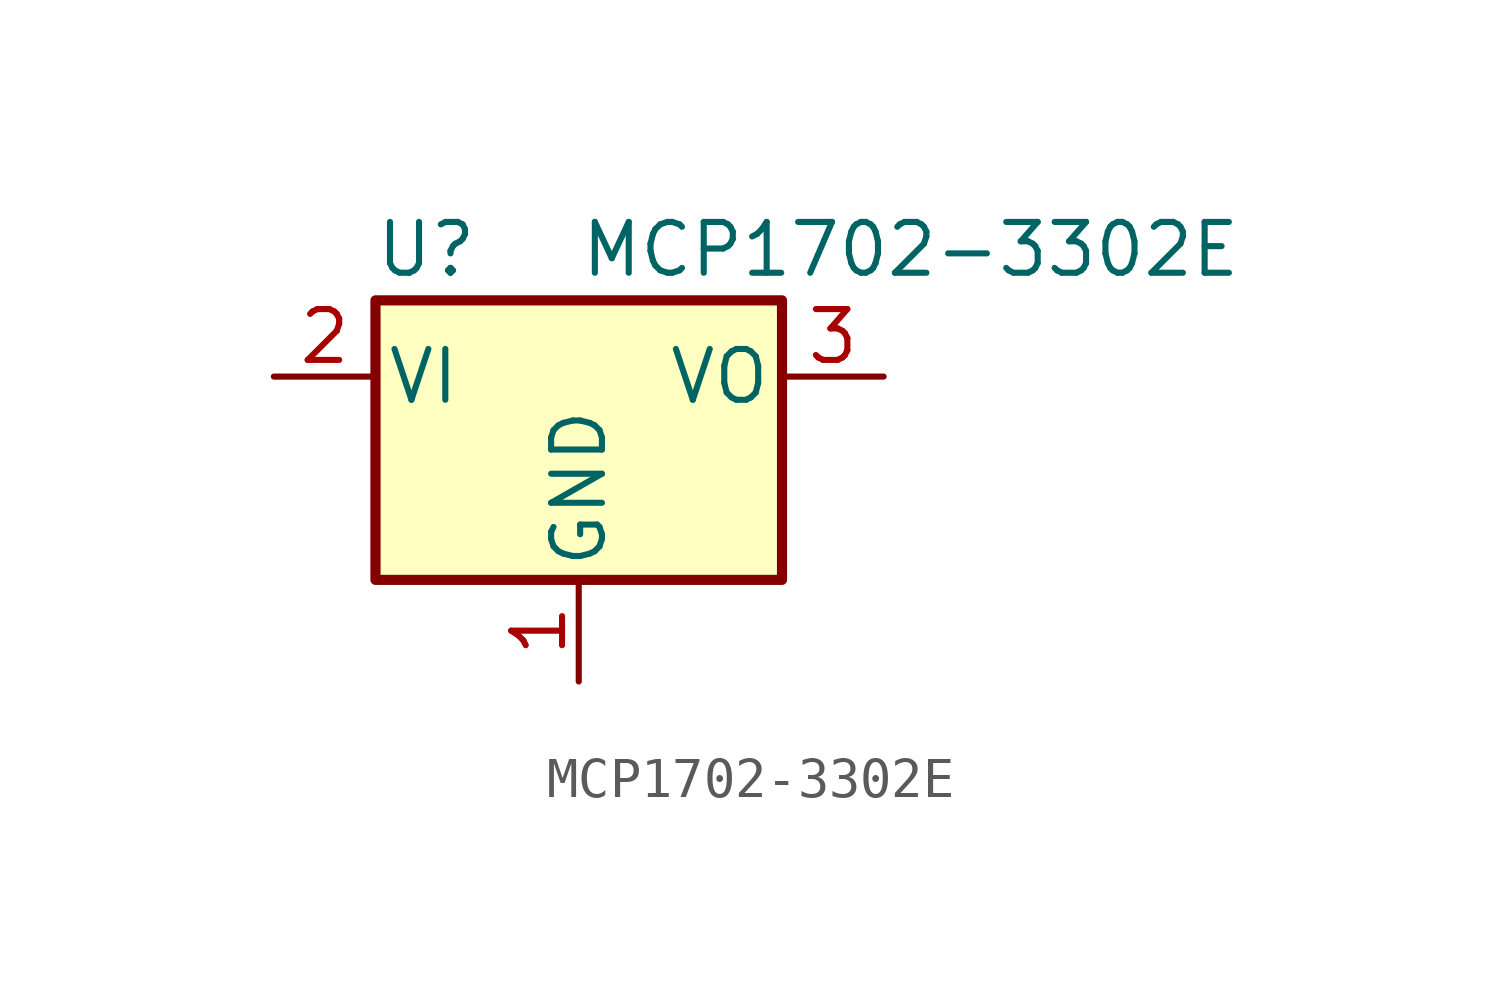
<source format=kicad_sym>
(kicad_symbol_lib
  (version 20211014)
  (generator kicad_symbol_editor)
  (symbol "MCP1702-3302E"
    (pin_names
      (offset 0.254))
    (property "Reference" "U"
      (at -3.81 3.175 0)
      (effects (font (size 1.27 1.27))))
    (property "Value" "MCP1702-3302E"
      (at 0 3.175 0)
      (effects (font (size 1.27 1.27)) (justify left)))
    (symbol "MCP1702-3302E_0_1"
      (rectangle (start -5.08 -5.08) (end 5.08 1.905) (stroke (width 0.254) (type default) (color 0 0 0 0)) (fill (type background))))
    (symbol "MCP1702-3302E_1_1"
      (pin power_in line (at 0 -7.62 90) (length 2.54) (name "GND" (effects (font (size 1.27 1.27)))) (number "1" (effects (font (size 1.27 1.27)))))
      (pin power_in line (at -7.62 0 0) (length 2.54) (name "VI" (effects (font (size 1.27 1.27)))) (number "2" (effects (font (size 1.27 1.27)))))
      (pin power_out line (at 7.62 0 180) (length 2.54) (name "VO" (effects (font (size 1.27 1.27)))) (number "3" (effects (font (size 1.27 1.27))))))))
</source>
